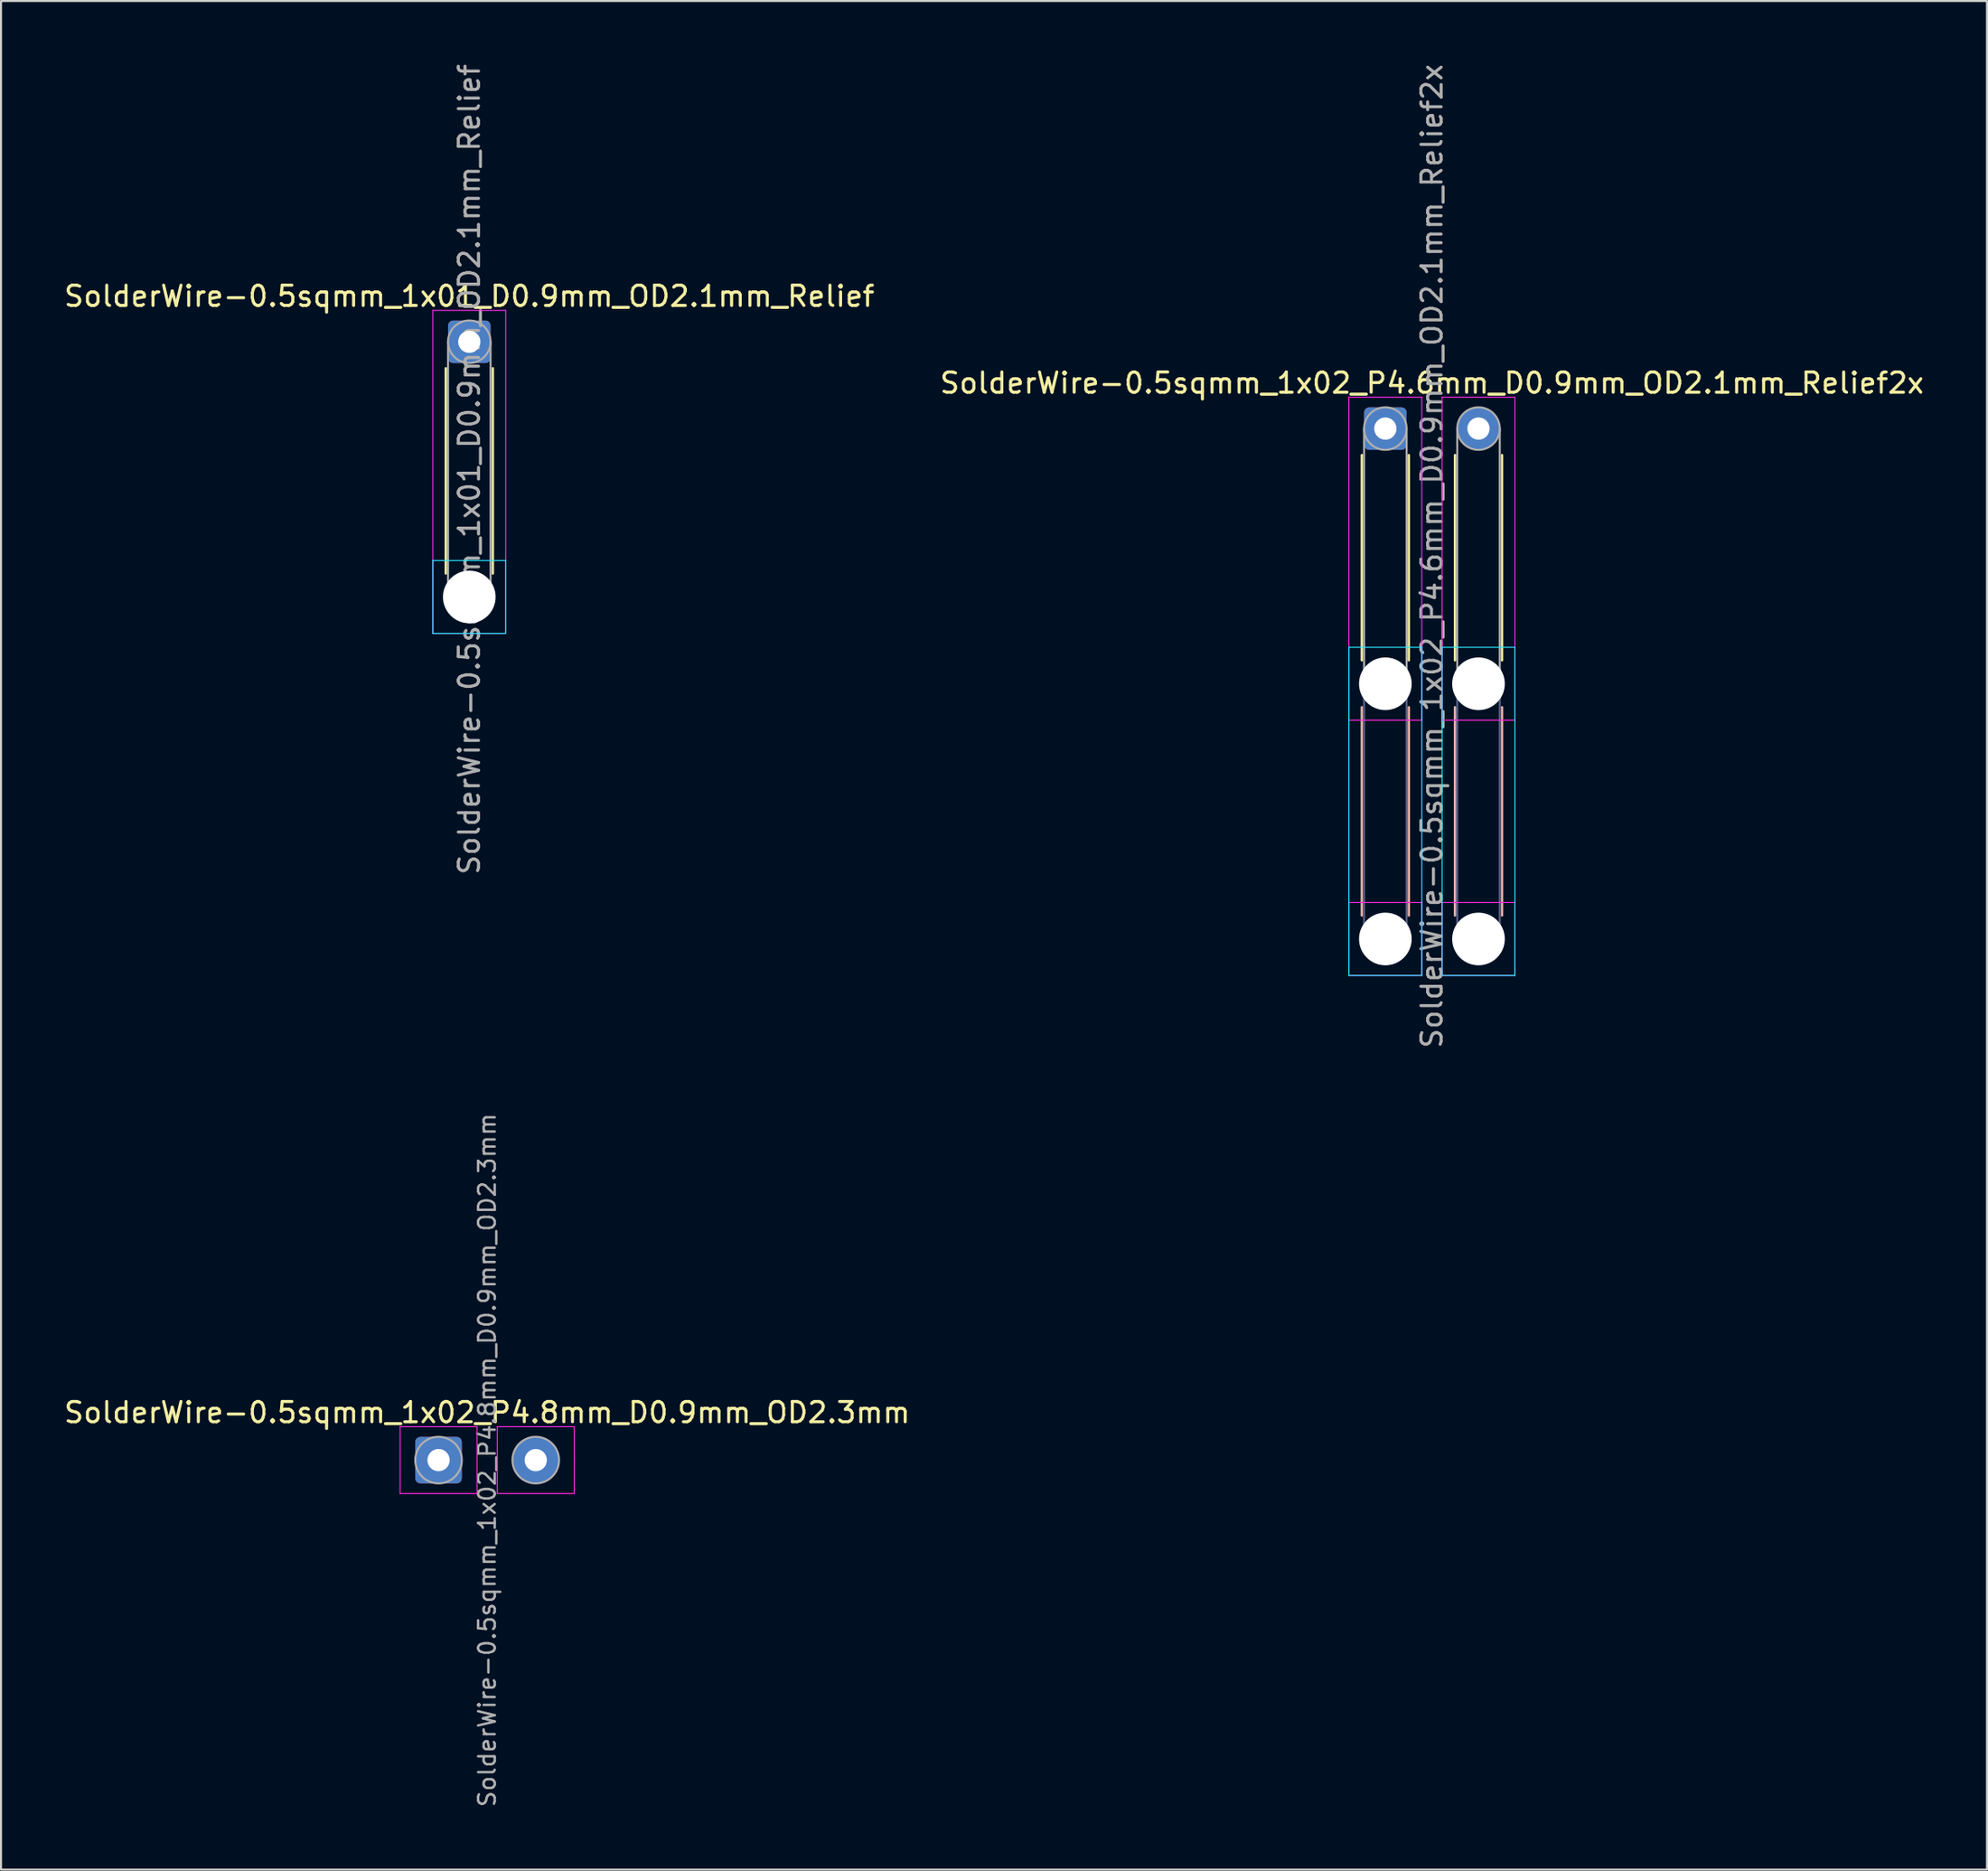
<source format=kicad_pcb>
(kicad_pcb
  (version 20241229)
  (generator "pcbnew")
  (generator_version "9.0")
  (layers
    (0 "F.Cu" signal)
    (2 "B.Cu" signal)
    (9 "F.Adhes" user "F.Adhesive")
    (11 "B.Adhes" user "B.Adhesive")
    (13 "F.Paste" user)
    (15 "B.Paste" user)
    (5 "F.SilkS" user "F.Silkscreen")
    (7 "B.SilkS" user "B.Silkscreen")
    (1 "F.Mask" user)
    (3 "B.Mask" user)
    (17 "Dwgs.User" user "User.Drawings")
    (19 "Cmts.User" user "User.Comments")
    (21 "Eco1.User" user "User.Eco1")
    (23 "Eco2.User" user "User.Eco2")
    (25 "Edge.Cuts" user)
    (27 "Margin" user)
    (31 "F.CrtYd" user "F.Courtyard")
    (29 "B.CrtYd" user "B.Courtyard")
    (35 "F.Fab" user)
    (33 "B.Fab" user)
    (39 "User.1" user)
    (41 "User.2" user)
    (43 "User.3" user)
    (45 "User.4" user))
  (footprint "SolderWire-0.5sqmm_1x02_P4.6mm_D0.9mm_OD2.1mm_Relief2x"
    (layer "F.Cu")
    (at 65.361 18.111)
    (property "Reference" "SolderWire-0.5sqmm_1x02_P4.6mm_D0.9mm_OD2.1mm_Relief2x" (at 2.3 -2.25 0) (layer "F.SilkS") (effects (font (size 1 1) (thickness 0.15))))
    (attr exclude_from_pos_files exclude_from_bom)
    (fp_line (start -1.16 1.31) (end -1.16 11.44) (stroke (width 0.12) (type solid)) (layer "F.SilkS"))
    (fp_line (start 1.16 1.31) (end 1.16 11.44) (stroke (width 0.12) (type solid)) (layer "F.SilkS"))
    (fp_line (start 3.44 1.31) (end 3.44 11.44) (stroke (width 0.12) (type solid)) (layer "F.SilkS"))
    (fp_line (start 5.76 1.31) (end 5.76 11.44) (stroke (width 0.12) (type solid)) (layer "F.SilkS"))
    (fp_line (start -1.16 13.76) (end -1.16 24.04) (stroke (width 0.12) (type solid)) (layer "B.SilkS"))
    (fp_line (start 1.16 13.76) (end 1.16 24.04) (stroke (width 0.12) (type solid)) (layer "B.SilkS"))
    (fp_line (start 3.44 13.76) (end 3.44 24.04) (stroke (width 0.12) (type solid)) (layer "B.SilkS"))
    (fp_line (start 5.76 13.76) (end 5.76 24.04) (stroke (width 0.12) (type solid)) (layer "B.SilkS"))
    (fp_line (start -1.8 10.8) (end -1.8 27) (stroke (width 0.05) (type solid)) (layer "B.CrtYd"))
    (fp_line (start -1.8 27) (end 1.8 27) (stroke (width 0.05) (type solid)) (layer "B.CrtYd"))
    (fp_line (start 1.8 10.8) (end -1.8 10.8) (stroke (width 0.05) (type solid)) (layer "B.CrtYd"))
    (fp_line (start 1.8 27) (end 1.8 10.8) (stroke (width 0.05) (type solid)) (layer "B.CrtYd"))
    (fp_line (start 2.8 10.8) (end 2.8 27) (stroke (width 0.05) (type solid)) (layer "B.CrtYd"))
    (fp_line (start 2.8 27) (end 6.4 27) (stroke (width 0.05) (type solid)) (layer "B.CrtYd"))
    (fp_line (start 6.4 10.8) (end 2.8 10.8) (stroke (width 0.05) (type solid)) (layer "B.CrtYd"))
    (fp_line (start 6.4 27) (end 6.4 10.8) (stroke (width 0.05) (type solid)) (layer "B.CrtYd"))
    (fp_line (start -1.8 -1.55) (end -1.8 14.4) (stroke (width 0.05) (type solid)) (layer "F.CrtYd"))
    (fp_line (start -1.8 14.4) (end 1.8 14.4) (stroke (width 0.05) (type solid)) (layer "F.CrtYd"))
    (fp_line (start -1.8 23.4) (end -1.8 27) (stroke (width 0.05) (type solid)) (layer "F.CrtYd"))
    (fp_line (start -1.8 27) (end 1.8 27) (stroke (width 0.05) (type solid)) (layer "F.CrtYd"))
    (fp_line (start 1.8 -1.55) (end -1.8 -1.55) (stroke (width 0.05) (type solid)) (layer "F.CrtYd"))
    (fp_line (start 1.8 14.4) (end 1.8 -1.55) (stroke (width 0.05) (type solid)) (layer "F.CrtYd"))
    (fp_line (start 1.8 23.4) (end -1.8 23.4) (stroke (width 0.05) (type solid)) (layer "F.CrtYd"))
    (fp_line (start 1.8 27) (end 1.8 23.4) (stroke (width 0.05) (type solid)) (layer "F.CrtYd"))
    (fp_line (start 2.8 -1.55) (end 2.8 14.4) (stroke (width 0.05) (type solid)) (layer "F.CrtYd"))
    (fp_line (start 2.8 14.4) (end 6.4 14.4) (stroke (width 0.05) (type solid)) (layer "F.CrtYd"))
    (fp_line (start 2.8 23.4) (end 2.8 27) (stroke (width 0.05) (type solid)) (layer "F.CrtYd"))
    (fp_line (start 2.8 27) (end 6.4 27) (stroke (width 0.05) (type solid)) (layer "F.CrtYd"))
    (fp_line (start 6.4 -1.55) (end 2.8 -1.55) (stroke (width 0.05) (type solid)) (layer "F.CrtYd"))
    (fp_line (start 6.4 14.4) (end 6.4 -1.55) (stroke (width 0.05) (type solid)) (layer "F.CrtYd"))
    (fp_line (start 6.4 23.4) (end 2.8 23.4) (stroke (width 0.05) (type solid)) (layer "F.CrtYd"))
    (fp_line (start 6.4 27) (end 6.4 23.4) (stroke (width 0.05) (type solid)) (layer "F.CrtYd"))
    (fp_line (start -1.05 12.6) (end -1.05 25.2) (stroke (width 0.1) (type solid)) (layer "B.Fab"))
    (fp_line (start 1.05 12.6) (end 1.05 25.2) (stroke (width 0.1) (type solid)) (layer "B.Fab"))
    (fp_line (start 3.55 12.6) (end 3.55 25.2) (stroke (width 0.1) (type solid)) (layer "B.Fab"))
    (fp_line (start 5.65 12.6) (end 5.65 25.2) (stroke (width 0.1) (type solid)) (layer "B.Fab"))
    (fp_circle (center 0 12.6) (end 1.05 12.6) (stroke (width 0.1) (type solid)) (fill no) (layer "B.Fab"))
    (fp_circle (center 0 25.2) (end 1.05 25.2) (stroke (width 0.1) (type solid)) (fill no) (layer "B.Fab"))
    (fp_circle (center 4.6 12.6) (end 5.65 12.6) (stroke (width 0.1) (type solid)) (fill no) (layer "B.Fab"))
    (fp_circle (center 4.6 25.2) (end 5.65 25.2) (stroke (width 0.1) (type solid)) (fill no) (layer "B.Fab"))
    (fp_line (start -1.05 0) (end -1.05 12.6) (stroke (width 0.1) (type solid)) (layer "F.Fab"))
    (fp_line (start 1.05 0) (end 1.05 12.6) (stroke (width 0.1) (type solid)) (layer "F.Fab"))
    (fp_line (start 3.55 0) (end 3.55 12.6) (stroke (width 0.1) (type solid)) (layer "F.Fab"))
    (fp_line (start 5.65 0) (end 5.65 12.6) (stroke (width 0.1) (type solid)) (layer "F.Fab"))
    (fp_circle (center 0 0) (end 1.05 0) (stroke (width 0.1) (type solid)) (fill no) (layer "F.Fab"))
    (fp_circle (center 0 12.6) (end 1.05 12.6) (stroke (width 0.1) (type solid)) (fill no) (layer "F.Fab"))
    (fp_circle (center 0 25.2) (end 1.05 25.2) (stroke (width 0.1) (type solid)) (fill no) (layer "F.Fab"))
    (fp_circle (center 4.6 0) (end 5.65 0) (stroke (width 0.1) (type solid)) (fill no) (layer "F.Fab"))
    (fp_circle (center 4.6 12.6) (end 5.65 12.6) (stroke (width 0.1) (type solid)) (fill no) (layer "F.Fab"))
    (fp_circle (center 4.6 25.2) (end 5.65 25.2) (stroke (width 0.1) (type solid)) (fill no) (layer "F.Fab"))
    (fp_text user "${REFERENCE}" (at 2.3 6.3 90) (layer "F.Fab") (effects (font (size 1 1) (thickness 0.15))))
    (pad "" np_thru_hole circle (at 0 12.6) (size 2.6 2.6) (drill 2.6) (layers "*.Cu" "*.Mask"))
    (pad "" np_thru_hole circle (at 0 25.2) (size 2.6 2.6) (drill 2.6) (layers "*.Cu" "*.Mask"))
    (pad "" np_thru_hole circle (at 4.6 12.6) (size 2.6 2.6) (drill 2.6) (layers "*.Cu" "*.Mask"))
    (pad "" np_thru_hole circle (at 4.6 25.2) (size 2.6 2.6) (drill 2.6) (layers "*.Cu" "*.Mask"))
    (pad "1" thru_hole roundrect (at 0 0) (size 2.1 2.1) (drill 1.1) (layers "*.Cu" "*.Mask") (roundrect_rratio 0.119))
    (pad "2" thru_hole circle (at 4.6 0) (size 2.1 2.1) (drill 1.1) (layers "*.Cu" "*.Mask")))
  (footprint "SolderWire-0.5sqmm_1x02_P4.8mm_D0.9mm_OD2.3mm"
    (layer "F.Cu")
    (at 18.606 69.042)
    (property "Reference" "SolderWire-0.5sqmm_1x02_P4.8mm_D0.9mm_OD2.3mm" (at 2.4 -2.35 0) (layer "F.SilkS") (effects (font (size 1 1) (thickness 0.15))))
    (attr exclude_from_pos_files exclude_from_bom)
    (fp_line (start -1.9 -1.65) (end -1.9 1.65) (stroke (width 0.05) (type solid)) (layer "F.CrtYd"))
    (fp_line (start -1.9 1.65) (end 1.9 1.65) (stroke (width 0.05) (type solid)) (layer "F.CrtYd"))
    (fp_line (start 1.9 -1.65) (end -1.9 -1.65) (stroke (width 0.05) (type solid)) (layer "F.CrtYd"))
    (fp_line (start 1.9 1.65) (end 1.9 -1.65) (stroke (width 0.05) (type solid)) (layer "F.CrtYd"))
    (fp_line (start 2.9 -1.65) (end 2.9 1.65) (stroke (width 0.05) (type solid)) (layer "F.CrtYd"))
    (fp_line (start 2.9 1.65) (end 6.7 1.65) (stroke (width 0.05) (type solid)) (layer "F.CrtYd"))
    (fp_line (start 6.7 -1.65) (end 2.9 -1.65) (stroke (width 0.05) (type solid)) (layer "F.CrtYd"))
    (fp_line (start 6.7 1.65) (end 6.7 -1.65) (stroke (width 0.05) (type solid)) (layer "F.CrtYd"))
    (fp_circle (center 0 0) (end 1.15 0) (stroke (width 0.1) (type solid)) (fill no) (layer "F.Fab"))
    (fp_circle (center 4.8 0) (end 5.95 0) (stroke (width 0.1) (type solid)) (fill no) (layer "F.Fab"))
    (fp_text user "${REFERENCE}" (at 2.4 0 90) (layer "F.Fab") (effects (font (size 0.82 0.82) (thickness 0.12))))
    (pad "1" thru_hole roundrect (at 0 0) (size 2.3 2.3) (drill 1.1) (layers "*.Cu" "*.Mask") (roundrect_rratio 0.109))
    (pad "2" thru_hole circle (at 4.8 0) (size 2.3 2.3) (drill 1.1) (layers "*.Cu" "*.Mask")))
  (footprint "SolderWire-0.5sqmm_1x01_D0.9mm_OD2.1mm_Relief"
    (layer "F.Cu")
    (at 20.125 13.825)
    (property "Reference" "SolderWire-0.5sqmm_1x01_D0.9mm_OD2.1mm_Relief" (at 0 -2.25 0) (layer "F.SilkS") (effects (font (size 1 1) (thickness 0.15))))
    (attr exclude_from_pos_files exclude_from_bom)
    (fp_line (start -1.16 1.31) (end -1.16 11.44) (stroke (width 0.12) (type solid)) (layer "F.SilkS"))
    (fp_line (start 1.16 1.31) (end 1.16 11.44) (stroke (width 0.12) (type solid)) (layer "F.SilkS"))
    (fp_line (start -1.8 10.8) (end -1.8 14.4) (stroke (width 0.05) (type solid)) (layer "B.CrtYd"))
    (fp_line (start -1.8 14.4) (end 1.8 14.4) (stroke (width 0.05) (type solid)) (layer "B.CrtYd"))
    (fp_line (start 1.8 10.8) (end -1.8 10.8) (stroke (width 0.05) (type solid)) (layer "B.CrtYd"))
    (fp_line (start 1.8 14.4) (end 1.8 10.8) (stroke (width 0.05) (type solid)) (layer "B.CrtYd"))
    (fp_line (start -1.8 -1.55) (end -1.8 14.4) (stroke (width 0.05) (type solid)) (layer "F.CrtYd"))
    (fp_line (start -1.8 14.4) (end 1.8 14.4) (stroke (width 0.05) (type solid)) (layer "F.CrtYd"))
    (fp_line (start 1.8 -1.55) (end -1.8 -1.55) (stroke (width 0.05) (type solid)) (layer "F.CrtYd"))
    (fp_line (start 1.8 14.4) (end 1.8 -1.55) (stroke (width 0.05) (type solid)) (layer "F.CrtYd"))
    (fp_line (start -1.05 0) (end -1.05 12.6) (stroke (width 0.1) (type solid)) (layer "F.Fab"))
    (fp_line (start 1.05 0) (end 1.05 12.6) (stroke (width 0.1) (type solid)) (layer "F.Fab"))
    (fp_circle (center 0 0) (end 1.05 0) (stroke (width 0.1) (type solid)) (fill no) (layer "F.Fab"))
    (fp_circle (center 0 12.6) (end 1.05 12.6) (stroke (width 0.1) (type solid)) (fill no) (layer "F.Fab"))
    (fp_text user "${REFERENCE}" (at 0 6.3 90) (layer "F.Fab") (effects (font (size 1 1) (thickness 0.15))))
    (pad "" np_thru_hole circle (at 0 12.6) (size 2.6 2.6) (drill 2.6) (layers "*.Cu" "*.Mask"))
    (pad "1" thru_hole roundrect (at 0 0) (size 2.1 2.1) (drill 1.1) (layers "*.Cu" "*.Mask") (roundrect_rratio 0.119)))
  (gr_rect
    (start -3 -3)
    (end 95.071 89.262)
    (stroke (width 0.1) (type default))
    (fill no)
    (layer "Edge.Cuts")))
</source>
